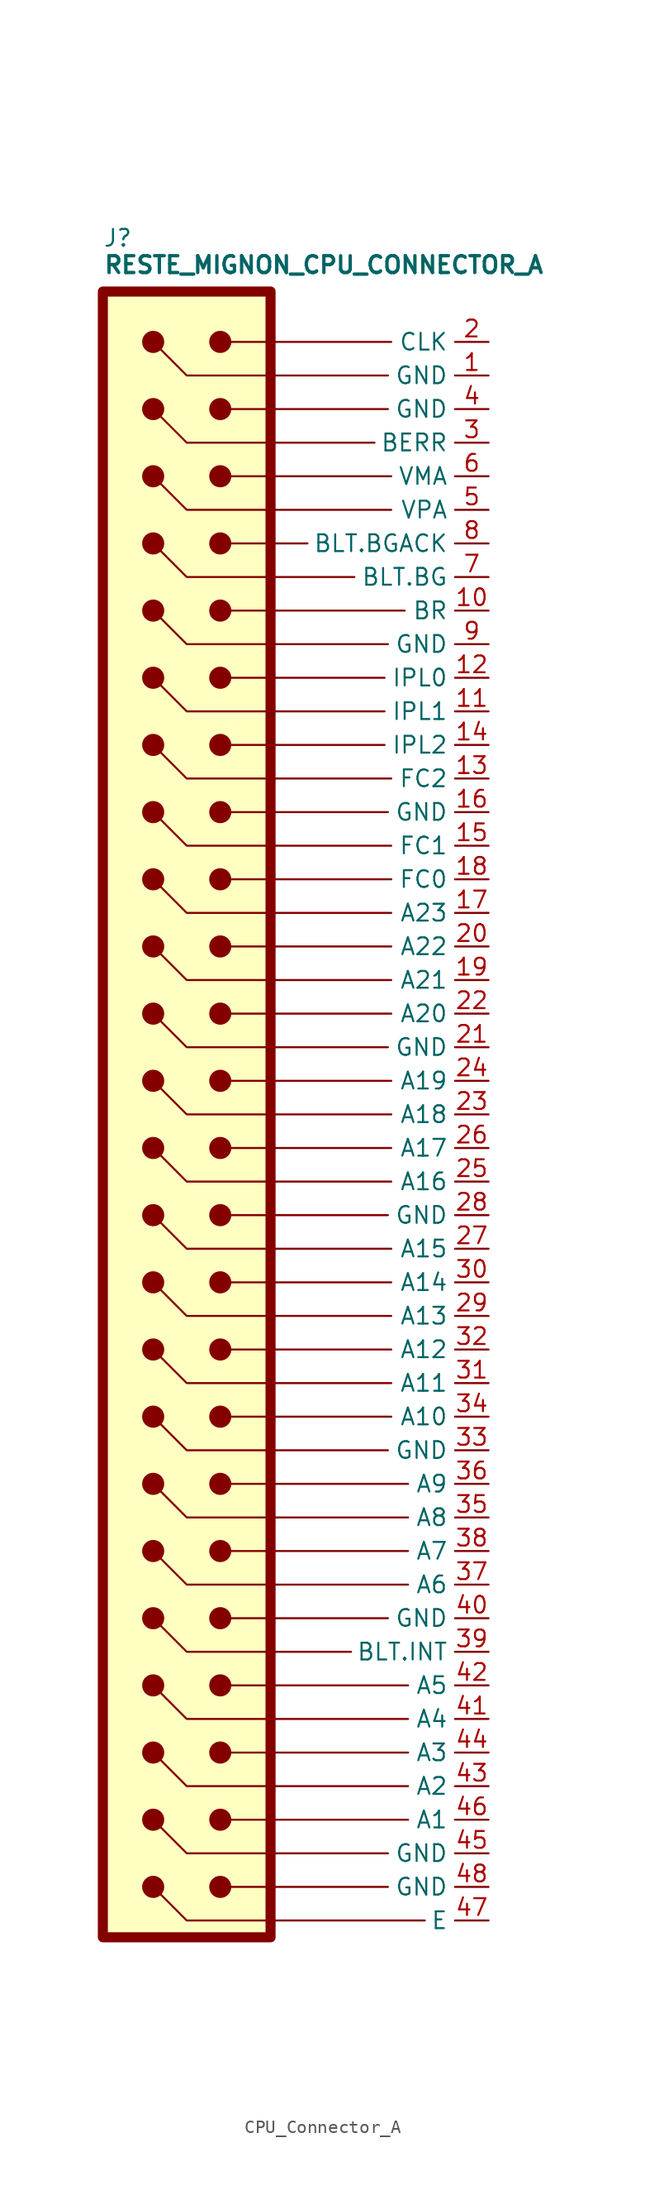
<source format=kicad_sym>
(kicad_symbol_lib
  (version 20220914)
  (generator kicad_symbol_editor)
  (symbol "CPU_Connector_A"
    (property "Reference" "J"
      (at -3.81 7.112 0)
      (effects (font (size 1.27 1.27)) (justify left bottom)))
    (property "Value" "RESTE_MIGNON_CPU_CONNECTOR_A"
      (at -3.81 5.08 0)
      (effects (font (size 1.27 1.27) bold) (justify left bottom)))
    (symbol "CPU_Connector_A_1_1"
      (rectangle (start -3.81 3.81) (end 8.89 -120.65) (stroke (width 0.762) (type default)) (fill (type background)))
      (circle (center 0 -116.84) (radius 0.762) (stroke (width 0) (type default)) (fill (type outline)))
      (circle (center 0 -111.76) (radius 0.762) (stroke (width 0) (type default)) (fill (type outline)))
      (circle (center 0 -106.68) (radius 0.762) (stroke (width 0) (type default)) (fill (type outline)))
      (circle (center 0 -101.6) (radius 0.762) (stroke (width 0) (type default)) (fill (type outline)))
      (circle (center 0 -96.52) (radius 0.762) (stroke (width 0) (type default)) (fill (type outline)))
      (circle (center 0 -91.44) (radius 0.762) (stroke (width 0) (type default)) (fill (type outline)))
      (circle (center 0 -86.36) (radius 0.762) (stroke (width 0) (type default)) (fill (type outline)))
      (circle (center 0 -81.28) (radius 0.762) (stroke (width 0) (type default)) (fill (type outline)))
      (circle (center 0 -76.2) (radius 0.762) (stroke (width 0) (type default)) (fill (type outline)))
      (circle (center 0 -71.12) (radius 0.762) (stroke (width 0) (type default)) (fill (type outline)))
      (circle (center 0 -66.04) (radius 0.762) (stroke (width 0) (type default)) (fill (type outline)))
      (circle (center 0 -60.96) (radius 0.762) (stroke (width 0) (type default)) (fill (type outline)))
      (circle (center 0 -55.88) (radius 0.762) (stroke (width 0) (type default)) (fill (type outline)))
      (circle (center 0 -50.8) (radius 0.762) (stroke (width 0) (type default)) (fill (type outline)))
      (circle (center 0 -45.72) (radius 0.762) (stroke (width 0) (type default)) (fill (type outline)))
      (circle (center 0 -40.64) (radius 0.762) (stroke (width 0) (type default)) (fill (type outline)))
      (circle (center 0 -35.56) (radius 0.762) (stroke (width 0) (type default)) (fill (type outline)))
      (circle (center 0 -30.48) (radius 0.762) (stroke (width 0) (type default)) (fill (type outline)))
      (circle (center 0 -25.4) (radius 0.762) (stroke (width 0) (type default)) (fill (type outline)))
      (circle (center 0 -20.32) (radius 0.762) (stroke (width 0) (type default)) (fill (type outline)))
      (circle (center 0 -15.24) (radius 0.762) (stroke (width 0) (type default)) (fill (type outline)))
      (circle (center 0 -10.16) (radius 0.762) (stroke (width 0) (type default)) (fill (type outline)))
      (circle (center 0 -5.08) (radius 0.762) (stroke (width 0) (type default)) (fill (type outline)))
      (polyline (pts (xy 5.08 -116.84) (xy 17.78 -116.84)) (stroke (width 0) (type default)) (fill (type none)))
      (polyline (pts (xy 5.08 -111.76) (xy 19.304 -111.76)) (stroke (width 0) (type default)) (fill (type none)))
      (polyline (pts (xy 5.08 -106.68) (xy 19.304 -106.68)) (stroke (width 0) (type default)) (fill (type none)))
      (polyline (pts (xy 5.08 -101.6) (xy 19.304 -101.6)) (stroke (width 0) (type default)) (fill (type none)))
      (polyline (pts (xy 5.08 -96.52) (xy 17.78 -96.52)) (stroke (width 0) (type default)) (fill (type none)))
      (polyline (pts (xy 5.08 -91.44) (xy 19.304 -91.44)) (stroke (width 0) (type default)) (fill (type none)))
      (polyline (pts (xy 5.08 -86.36) (xy 19.304 -86.36)) (stroke (width 0) (type default)) (fill (type none)))
      (polyline (pts (xy 5.08 -81.28) (xy 18.034 -81.28)) (stroke (width 0) (type default)) (fill (type none)))
      (polyline (pts (xy 5.08 -76.2) (xy 18.034 -76.2)) (stroke (width 0) (type default)) (fill (type none)))
      (polyline (pts (xy 5.08 -71.12) (xy 18.034 -71.12)) (stroke (width 0) (type default)) (fill (type none)))
      (polyline (pts (xy 5.08 -66.04) (xy 17.78 -66.04)) (stroke (width 0) (type default)) (fill (type none)))
      (polyline (pts (xy 5.08 -60.96) (xy 18.034 -60.96)) (stroke (width 0) (type default)) (fill (type none)))
      (polyline (pts (xy 5.08 -55.88) (xy 18.034 -55.88)) (stroke (width 0) (type default)) (fill (type none)))
      (polyline (pts (xy 5.08 -50.8) (xy 18.034 -50.8)) (stroke (width 0) (type default)) (fill (type none)))
      (polyline (pts (xy 5.08 -45.72) (xy 18.034 -45.72)) (stroke (width 0) (type default)) (fill (type none)))
      (polyline (pts (xy 5.08 -40.64) (xy 18.034 -40.64)) (stroke (width 0) (type default)) (fill (type none)))
      (polyline (pts (xy 5.08 -35.56) (xy 17.78 -35.56)) (stroke (width 0) (type default)) (fill (type none)))
      (polyline (pts (xy 5.08 -30.48) (xy 17.526 -30.48)) (stroke (width 0) (type default)) (fill (type none)))
      (polyline (pts (xy 5.08 -25.4) (xy 17.526 -25.4)) (stroke (width 0) (type default)) (fill (type none)))
      (polyline (pts (xy 5.08 -20.32) (xy 19.05 -20.32)) (stroke (width 0) (type default)) (fill (type none)))
      (polyline (pts (xy 5.08 -15.24) (xy 11.684 -15.24)) (stroke (width 0) (type default)) (fill (type none)))
      (polyline (pts (xy 5.08 -10.16) (xy 18.034 -10.16)) (stroke (width 0) (type default)) (fill (type none)))
      (polyline (pts (xy 5.08 -5.08) (xy 17.78 -5.08)) (stroke (width 0) (type default)) (fill (type none)))
      (polyline (pts (xy 5.08 0) (xy 18.034 0)) (stroke (width 0) (type default)) (fill (type none)))
      (polyline (pts (xy 0 -116.84) (xy 2.54 -119.38) (xy 20.574 -119.38)) (stroke (width 0) (type default)) (fill (type none)))
      (polyline (pts (xy 0 -111.76) (xy 2.54 -114.3) (xy 17.78 -114.3)) (stroke (width 0) (type default)) (fill (type none)))
      (polyline (pts (xy 0 -106.68) (xy 2.54 -109.22) (xy 19.304 -109.22)) (stroke (width 0) (type default)) (fill (type none)))
      (polyline (pts (xy 0 -101.6) (xy 2.54 -104.14) (xy 19.304 -104.14)) (stroke (width 0) (type default)) (fill (type none)))
      (polyline (pts (xy 0 -96.52) (xy 2.54 -99.06) (xy 14.986 -99.06)) (stroke (width 0) (type default)) (fill (type none)))
      (polyline (pts (xy 0 -91.44) (xy 2.54 -93.98) (xy 19.304 -93.98)) (stroke (width 0) (type default)) (fill (type none)))
      (polyline (pts (xy 0 -86.36) (xy 2.54 -88.9) (xy 19.304 -88.9)) (stroke (width 0) (type default)) (fill (type none)))
      (polyline (pts (xy 0 -81.28) (xy 2.54 -83.82) (xy 17.78 -83.82)) (stroke (width 0) (type default)) (fill (type none)))
      (polyline (pts (xy 0 -76.2) (xy 2.54 -78.74) (xy 18.034 -78.74)) (stroke (width 0) (type default)) (fill (type none)))
      (polyline (pts (xy 0 -71.12) (xy 2.54 -73.66) (xy 18.034 -73.66)) (stroke (width 0) (type default)) (fill (type none)))
      (polyline (pts (xy 0 -66.04) (xy 2.54 -68.58) (xy 18.034 -68.58)) (stroke (width 0) (type default)) (fill (type none)))
      (polyline (pts (xy 0 -60.96) (xy 2.54 -63.5) (xy 18.034 -63.5)) (stroke (width 0) (type default)) (fill (type none)))
      (polyline (pts (xy 0 -55.88) (xy 2.54 -58.42) (xy 18.034 -58.42)) (stroke (width 0) (type default)) (fill (type none)))
      (polyline (pts (xy 0 -50.8) (xy 2.54 -53.34) (xy 17.78 -53.34)) (stroke (width 0) (type default)) (fill (type none)))
      (polyline (pts (xy 0 -45.72) (xy 2.54 -48.26) (xy 18.034 -48.26)) (stroke (width 0) (type default)) (fill (type none)))
      (polyline (pts (xy 0 -40.64) (xy 2.54 -43.18) (xy 18.034 -43.18)) (stroke (width 0) (type default)) (fill (type none)))
      (polyline (pts (xy 0 -35.56) (xy 2.54 -38.1) (xy 18.034 -38.1)) (stroke (width 0) (type default)) (fill (type none)))
      (polyline (pts (xy 0 -30.48) (xy 2.54 -33.02) (xy 18.034 -33.02)) (stroke (width 0) (type default)) (fill (type none)))
      (polyline (pts (xy 0 -25.4) (xy 2.54 -27.94) (xy 17.526 -27.94)) (stroke (width 0) (type default)) (fill (type none)))
      (polyline (pts (xy 0 -20.32) (xy 2.54 -22.86) (xy 17.78 -22.86)) (stroke (width 0) (type default)) (fill (type none)))
      (polyline (pts (xy 0 -15.24) (xy 2.54 -17.78) (xy 15.24 -17.78)) (stroke (width 0) (type default)) (fill (type none)))
      (polyline (pts (xy 0 -10.16) (xy 2.54 -12.7) (xy 18.034 -12.7)) (stroke (width 0) (type default)) (fill (type none)))
      (polyline (pts (xy 0 -5.08) (xy 2.54 -7.62) (xy 16.764 -7.62)) (stroke (width 0) (type default)) (fill (type none)))
      (polyline (pts (xy 0 0) (xy 2.54 -2.54) (xy 17.78 -2.54)) (stroke (width 0) (type default)) (fill (type none)))
      (circle (center 0 0) (radius 0.762) (stroke (width 0) (type default)) (fill (type outline)))
      (circle (center 5.08 -116.84) (radius 0.762) (stroke (width 0) (type default)) (fill (type outline)))
      (circle (center 5.08 -111.76) (radius 0.762) (stroke (width 0) (type default)) (fill (type outline)))
      (circle (center 5.08 -106.68) (radius 0.762) (stroke (width 0) (type default)) (fill (type outline)))
      (circle (center 5.08 -101.6) (radius 0.762) (stroke (width 0) (type default)) (fill (type outline)))
      (circle (center 5.08 -96.52) (radius 0.762) (stroke (width 0) (type default)) (fill (type outline)))
      (circle (center 5.08 -91.44) (radius 0.762) (stroke (width 0) (type default)) (fill (type outline)))
      (circle (center 5.08 -86.36) (radius 0.762) (stroke (width 0) (type default)) (fill (type outline)))
      (circle (center 5.08 -81.28) (radius 0.762) (stroke (width 0) (type default)) (fill (type outline)))
      (circle (center 5.08 -76.2) (radius 0.762) (stroke (width 0) (type default)) (fill (type outline)))
      (circle (center 5.08 -71.12) (radius 0.762) (stroke (width 0) (type default)) (fill (type outline)))
      (circle (center 5.08 -66.04) (radius 0.762) (stroke (width 0) (type default)) (fill (type outline)))
      (circle (center 5.08 -60.96) (radius 0.762) (stroke (width 0) (type default)) (fill (type outline)))
      (circle (center 5.08 -55.88) (radius 0.762) (stroke (width 0) (type default)) (fill (type outline)))
      (circle (center 5.08 -50.8) (radius 0.762) (stroke (width 0) (type default)) (fill (type outline)))
      (circle (center 5.08 -45.72) (radius 0.762) (stroke (width 0) (type default)) (fill (type outline)))
      (circle (center 5.08 -40.64) (radius 0.762) (stroke (width 0) (type default)) (fill (type outline)))
      (circle (center 5.08 -35.56) (radius 0.762) (stroke (width 0) (type default)) (fill (type outline)))
      (circle (center 5.08 -30.48) (radius 0.762) (stroke (width 0) (type default)) (fill (type outline)))
      (circle (center 5.08 -25.4) (radius 0.762) (stroke (width 0) (type default)) (fill (type outline)))
      (circle (center 5.08 -20.32) (radius 0.762) (stroke (width 0) (type default)) (fill (type outline)))
      (circle (center 5.08 -15.24) (radius 0.762) (stroke (width 0) (type default)) (fill (type outline)))
      (circle (center 5.08 -10.16) (radius 0.762) (stroke (width 0) (type default)) (fill (type outline)))
      (circle (center 5.08 -5.08) (radius 0.762) (stroke (width 0) (type default)) (fill (type outline)))
      (circle (center 5.08 0) (radius 0.762) (stroke (width 0) (type default)) (fill (type outline)))
      (pin passive line (at 25.4 -2.54 180) (length 2.54) (name "GND" (effects (font (size 1.27 1.27)))) (number "1" (effects (font (size 1.27 1.27)))))
      (pin passive line (at 25.4 -20.32 180) (length 2.54) (name "BR" (effects (font (size 1.27 1.27)))) (number "10" (effects (font (size 1.27 1.27)))))
      (pin passive line (at 25.4 -27.94 180) (length 2.54) (name "IPL1" (effects (font (size 1.27 1.27)))) (number "11" (effects (font (size 1.27 1.27)))))
      (pin passive line (at 25.4 -25.4 180) (length 2.54) (name "IPL0" (effects (font (size 1.27 1.27)))) (number "12" (effects (font (size 1.27 1.27)))))
      (pin passive line (at 25.4 -33.02 180) (length 2.54) (name "FC2" (effects (font (size 1.27 1.27)))) (number "13" (effects (font (size 1.27 1.27)))))
      (pin passive line (at 25.4 -30.48 180) (length 2.54) (name "IPL2" (effects (font (size 1.27 1.27)))) (number "14" (effects (font (size 1.27 1.27)))))
      (pin passive line (at 25.4 -38.1 180) (length 2.54) (name "FC1" (effects (font (size 1.27 1.27)))) (number "15" (effects (font (size 1.27 1.27)))))
      (pin passive line (at 25.4 -35.56 180) (length 2.54) (name "GND" (effects (font (size 1.27 1.27)))) (number "16" (effects (font (size 1.27 1.27)))))
      (pin passive line (at 25.4 -43.18 180) (length 2.54) (name "A23" (effects (font (size 1.27 1.27)))) (number "17" (effects (font (size 1.27 1.27)))))
      (pin passive line (at 25.4 -40.64 180) (length 2.54) (name "FC0" (effects (font (size 1.27 1.27)))) (number "18" (effects (font (size 1.27 1.27)))))
      (pin passive line (at 25.4 -48.26 180) (length 2.54) (name "A21" (effects (font (size 1.27 1.27)))) (number "19" (effects (font (size 1.27 1.27)))))
      (pin passive line (at 25.4 0 180) (length 2.54) (name "CLK" (effects (font (size 1.27 1.27)))) (number "2" (effects (font (size 1.27 1.27)))))
      (pin passive line (at 25.4 -45.72 180) (length 2.54) (name "A22" (effects (font (size 1.27 1.27)))) (number "20" (effects (font (size 1.27 1.27)))))
      (pin passive line (at 25.4 -53.34 180) (length 2.54) (name "GND" (effects (font (size 1.27 1.27)))) (number "21" (effects (font (size 1.27 1.27)))))
      (pin passive line (at 25.4 -50.8 180) (length 2.54) (name "A20" (effects (font (size 1.27 1.27)))) (number "22" (effects (font (size 1.27 1.27)))))
      (pin passive line (at 25.4 -58.42 180) (length 2.54) (name "A18" (effects (font (size 1.27 1.27)))) (number "23" (effects (font (size 1.27 1.27)))))
      (pin passive line (at 25.4 -55.88 180) (length 2.54) (name "A19" (effects (font (size 1.27 1.27)))) (number "24" (effects (font (size 1.27 1.27)))))
      (pin passive line (at 25.4 -63.5 180) (length 2.54) (name "A16" (effects (font (size 1.27 1.27)))) (number "25" (effects (font (size 1.27 1.27)))))
      (pin passive line (at 25.4 -60.96 180) (length 2.54) (name "A17" (effects (font (size 1.27 1.27)))) (number "26" (effects (font (size 1.27 1.27)))))
      (pin passive line (at 25.4 -68.58 180) (length 2.54) (name "A15" (effects (font (size 1.27 1.27)))) (number "27" (effects (font (size 1.27 1.27)))))
      (pin passive line (at 25.4 -66.04 180) (length 2.54) (name "GND" (effects (font (size 1.27 1.27)))) (number "28" (effects (font (size 1.27 1.27)))))
      (pin passive line (at 25.4 -73.66 180) (length 2.54) (name "A13" (effects (font (size 1.27 1.27)))) (number "29" (effects (font (size 1.27 1.27)))))
      (pin passive line (at 25.4 -7.62 180) (length 2.54) (name "BERR" (effects (font (size 1.27 1.27)))) (number "3" (effects (font (size 1.27 1.27)))))
      (pin passive line (at 25.4 -71.12 180) (length 2.54) (name "A14" (effects (font (size 1.27 1.27)))) (number "30" (effects (font (size 1.27 1.27)))))
      (pin passive line (at 25.4 -78.74 180) (length 2.54) (name "A11" (effects (font (size 1.27 1.27)))) (number "31" (effects (font (size 1.27 1.27)))))
      (pin passive line (at 25.4 -76.2 180) (length 2.54) (name "A12" (effects (font (size 1.27 1.27)))) (number "32" (effects (font (size 1.27 1.27)))))
      (pin passive line (at 25.4 -83.82 180) (length 2.54) (name "GND" (effects (font (size 1.27 1.27)))) (number "33" (effects (font (size 1.27 1.27)))))
      (pin passive line (at 25.4 -81.28 180) (length 2.54) (name "A10" (effects (font (size 1.27 1.27)))) (number "34" (effects (font (size 1.27 1.27)))))
      (pin passive line (at 25.4 -88.9 180) (length 2.54) (name "A8" (effects (font (size 1.27 1.27)))) (number "35" (effects (font (size 1.27 1.27)))))
      (pin passive line (at 25.4 -86.36 180) (length 2.54) (name "A9" (effects (font (size 1.27 1.27)))) (number "36" (effects (font (size 1.27 1.27)))))
      (pin passive line (at 25.4 -93.98 180) (length 2.54) (name "A6" (effects (font (size 1.27 1.27)))) (number "37" (effects (font (size 1.27 1.27)))))
      (pin passive line (at 25.4 -91.44 180) (length 2.54) (name "A7" (effects (font (size 1.27 1.27)))) (number "38" (effects (font (size 1.27 1.27)))))
      (pin passive line (at 25.4 -99.06 180) (length 2.54) (name "BLT.INT" (effects (font (size 1.27 1.27)))) (number "39" (effects (font (size 1.27 1.27)))))
      (pin passive line (at 25.4 -5.08 180) (length 2.54) (name "GND" (effects (font (size 1.27 1.27)))) (number "4" (effects (font (size 1.27 1.27)))))
      (pin passive line (at 25.4 -96.52 180) (length 2.54) (name "GND" (effects (font (size 1.27 1.27)))) (number "40" (effects (font (size 1.27 1.27)))))
      (pin passive line (at 25.4 -104.14 180) (length 2.54) (name "A4" (effects (font (size 1.27 1.27)))) (number "41" (effects (font (size 1.27 1.27)))))
      (pin passive line (at 25.4 -101.6 180) (length 2.54) (name "A5" (effects (font (size 1.27 1.27)))) (number "42" (effects (font (size 1.27 1.27)))))
      (pin passive line (at 25.4 -109.22 180) (length 2.54) (name "A2" (effects (font (size 1.27 1.27)))) (number "43" (effects (font (size 1.27 1.27)))))
      (pin passive line (at 25.4 -106.68 180) (length 2.54) (name "A3" (effects (font (size 1.27 1.27)))) (number "44" (effects (font (size 1.27 1.27)))))
      (pin passive line (at 25.4 -114.3 180) (length 2.54) (name "GND" (effects (font (size 1.27 1.27)))) (number "45" (effects (font (size 1.27 1.27)))))
      (pin passive line (at 25.4 -111.76 180) (length 2.54) (name "A1" (effects (font (size 1.27 1.27)))) (number "46" (effects (font (size 1.27 1.27)))))
      (pin passive line (at 25.4 -119.38 180) (length 2.54) (name "E" (effects (font (size 1.27 1.27)))) (number "47" (effects (font (size 1.27 1.27)))))
      (pin passive line (at 25.4 -116.84 180) (length 2.54) (name "GND" (effects (font (size 1.27 1.27)))) (number "48" (effects (font (size 1.27 1.27)))))
      (pin passive line (at 25.4 -12.7 180) (length 2.54) (name "VPA" (effects (font (size 1.27 1.27)))) (number "5" (effects (font (size 1.27 1.27)))))
      (pin passive line (at 25.4 -10.16 180) (length 2.54) (name "VMA" (effects (font (size 1.27 1.27)))) (number "6" (effects (font (size 1.27 1.27)))))
      (pin passive line (at 25.4 -17.78 180) (length 2.54) (name "BLT.BG" (effects (font (size 1.27 1.27)))) (number "7" (effects (font (size 1.27 1.27)))))
      (pin passive line (at 25.4 -15.24 180) (length 2.54) (name "BLT.BGACK" (effects (font (size 1.27 1.27)))) (number "8" (effects (font (size 1.27 1.27)))))
      (pin passive line (at 25.4 -22.86 180) (length 2.54) (name "GND" (effects (font (size 1.27 1.27)))) (number "9" (effects (font (size 1.27 1.27))))))))
</source>
